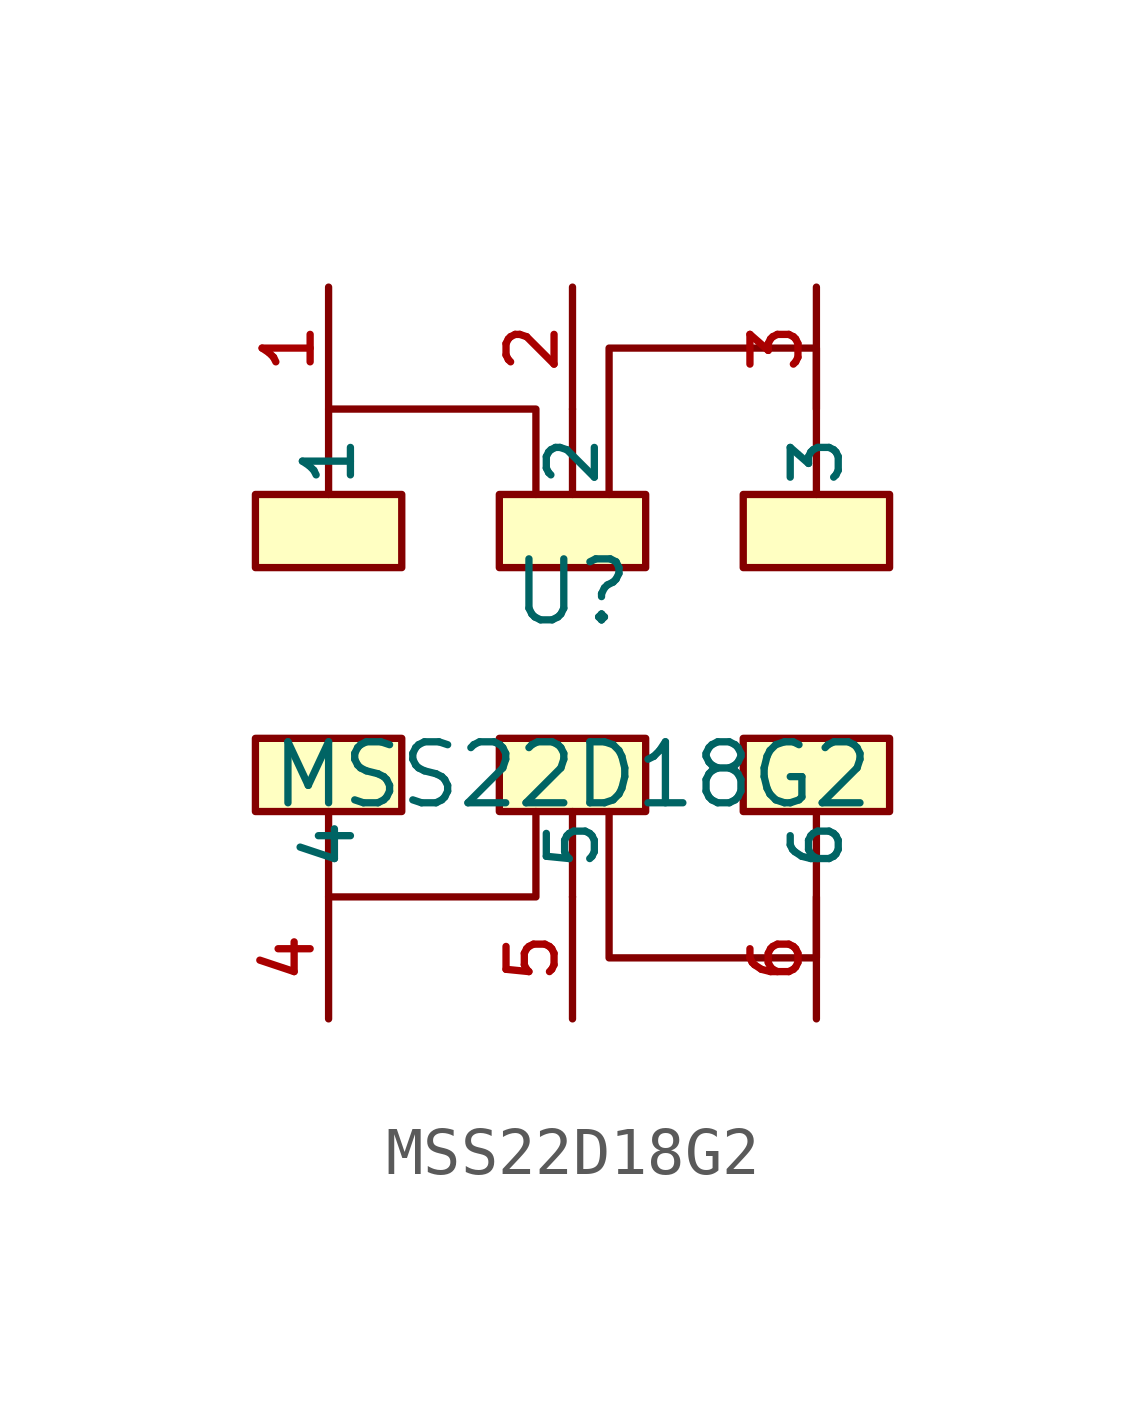
<source format=kicad_sym>
(kicad_symbol_lib
  (version 20210201)
  (generator TousstNicolas/JLC2KiCad_lib)
  (symbol "MSS22D18G2"
    (property "Reference" "U"
      (at 0 1.27 0)
      (effects (font (size 1.27 1.27))))
    (property "Value" "MSS22D18G2"
      (at 0 -2.54 0)
      (effects (font (size 1.27 1.27))))
    (symbol "MSS22D18G2_0_1"
      (polyline (pts (xy 0.0 -5.08) (xy 0.0 -3.302)) (stroke (width 0) (type default) (color 0 0 0 0)) (fill (type none)))
      (polyline (pts (xy 0.0 5.08) (xy 0.0 3.302)) (stroke (width 0) (type default) (color 0 0 0 0)) (fill (type none)))
      (pin unspecified line (at 5.08 -7.62 90) (length 2.54) (name "6" (effects (font (size 1 1)))) (number "6" (effects (font (size 1 1)))))
      (pin unspecified line (at 0.0 -7.62 90) (length 2.54) (name "5" (effects (font (size 1 1)))) (number "5" (effects (font (size 1 1)))))
      (pin unspecified line (at -5.08 -7.62 90) (length 2.54) (name "4" (effects (font (size 1 1)))) (number "4" (effects (font (size 1 1)))))
      (pin unspecified line (at 5.08 7.62 270) (length 2.54) (name "3" (effects (font (size 1 1)))) (number "3" (effects (font (size 1 1)))))
      (pin unspecified line (at 0.0 7.62 270) (length 2.54) (name "2" (effects (font (size 1 1)))) (number "2" (effects (font (size 1 1)))))
      (pin unspecified line (at -5.08 7.62 270) (length 2.54) (name "1" (effects (font (size 1 1)))) (number "1" (effects (font (size 1 1)))))
      (rectangle (start -6.604 -1.778) (end -3.556 -3.302) (stroke (width 0) (type default) (color 0 0 0 0)) (fill (type background)))
      (rectangle (start -1.524 -1.778) (end 1.524 -3.302) (stroke (width 0) (type default) (color 0 0 0 0)) (fill (type background)))
      (rectangle (start 3.556 -1.778) (end 6.604 -3.302) (stroke (width 0) (type default) (color 0 0 0 0)) (fill (type background)))
      (polyline (pts (xy -5.08 -3.302) (xy -5.08 -5.08) (xy -0.762 -5.08) (xy -0.762 -3.302)) (stroke (width 0) (type default) (color 0 0 0 0)) (fill (type none)))
      (polyline (pts (xy 0.762 -3.302) (xy 0.762 -6.35) (xy 5.08 -6.35) (xy 5.08 -3.302)) (stroke (width 0) (type default) (color 0 0 0 0)) (fill (type none)))
      (polyline (pts (xy 0.762 3.302) (xy 0.762 6.35) (xy 5.08 6.35) (xy 5.08 3.302)) (stroke (width 0) (type default) (color 0 0 0 0)) (fill (type none)))
      (polyline (pts (xy -5.08 3.302) (xy -5.08 5.08) (xy -0.762 5.08) (xy -0.762 3.302)) (stroke (width 0) (type default) (color 0 0 0 0)) (fill (type none)))
      (rectangle (start 3.556 3.302) (end 6.604 1.778) (stroke (width 0) (type default) (color 0 0 0 0)) (fill (type background)))
      (rectangle (start -1.524 3.302) (end 1.524 1.778) (stroke (width 0) (type default) (color 0 0 0 0)) (fill (type background)))
      (rectangle (start -6.604 3.302) (end -3.556 1.778) (stroke (width 0) (type default) (color 0 0 0 0)) (fill (type background))))))
</source>
